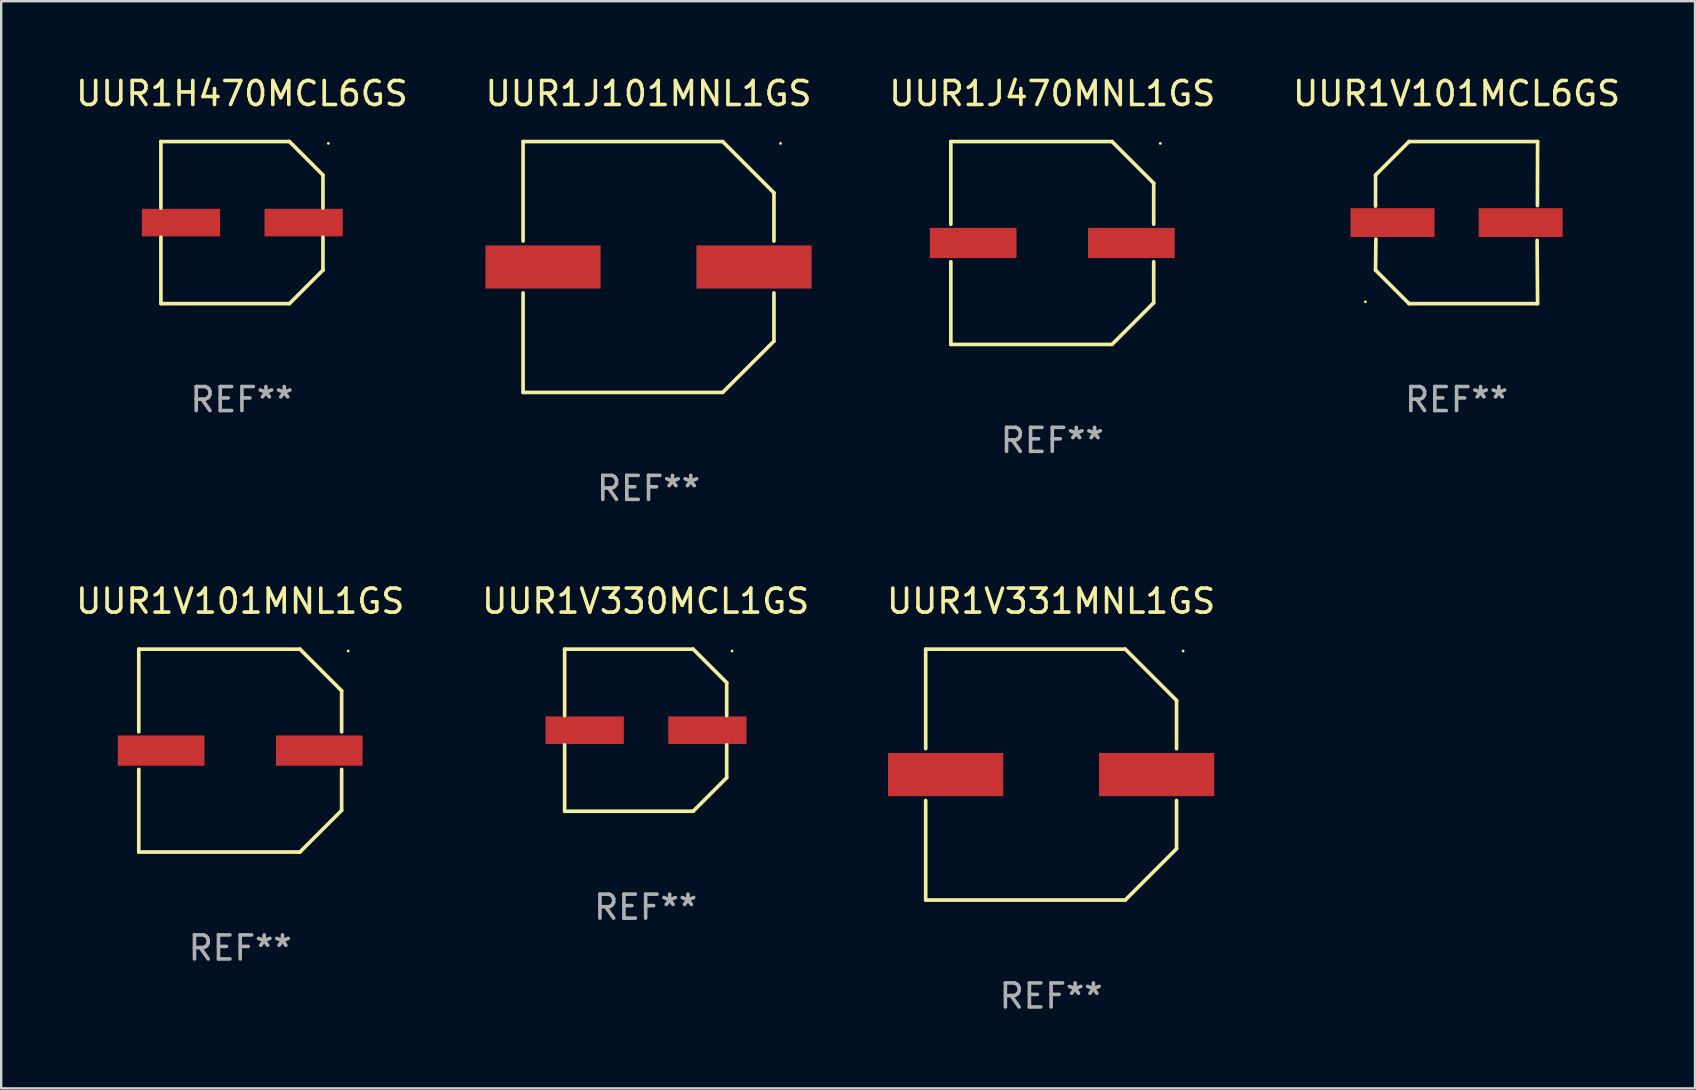
<source format=kicad_pcb>
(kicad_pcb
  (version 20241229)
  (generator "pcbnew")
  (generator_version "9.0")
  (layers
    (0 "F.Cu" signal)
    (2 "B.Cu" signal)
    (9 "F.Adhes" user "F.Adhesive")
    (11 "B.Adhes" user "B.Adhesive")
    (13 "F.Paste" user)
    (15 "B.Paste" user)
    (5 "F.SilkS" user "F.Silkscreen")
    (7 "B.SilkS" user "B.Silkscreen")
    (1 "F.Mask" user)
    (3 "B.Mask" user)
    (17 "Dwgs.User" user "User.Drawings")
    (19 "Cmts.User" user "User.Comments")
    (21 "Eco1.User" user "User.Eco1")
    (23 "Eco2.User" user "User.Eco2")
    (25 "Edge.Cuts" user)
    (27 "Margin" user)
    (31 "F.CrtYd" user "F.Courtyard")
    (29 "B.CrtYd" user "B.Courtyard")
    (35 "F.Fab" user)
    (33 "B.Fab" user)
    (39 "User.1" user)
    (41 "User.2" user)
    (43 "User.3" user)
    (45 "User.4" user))
  (footprint "UUR1H470MCL6GS"
    (layer "F.Cu")
    (at 7.03 6.224)
    (property "Reference" "UUR1H470MCL6GS" (at 0 -5.376 0) (layer "F.SilkS") (effects (font (size 1 1) (thickness 0.15))))
    (attr through_hole)
    (fp_line (start -3.376 -3.376) (end 1.98 -3.376) (stroke (width 0.152) (type solid)) (layer "F.SilkS"))
    (fp_line (start -3.376 -0.607) (end -3.376 -3.376) (stroke (width 0.152) (type solid)) (layer "F.SilkS"))
    (fp_line (start -3.376 0.607) (end -3.376 3.376) (stroke (width 0.152) (type solid)) (layer "F.SilkS"))
    (fp_line (start -3.376 3.376) (end 1.98 3.376) (stroke (width 0.152) (type solid)) (layer "F.SilkS"))
    (fp_line (start 1.98 -3.376) (end 3.376 -1.98) (stroke (width 0.152) (type solid)) (layer "F.SilkS"))
    (fp_line (start 1.98 3.376) (end 3.376 1.98) (stroke (width 0.152) (type solid)) (layer "F.SilkS"))
    (fp_line (start 3.376 -1.98) (end 3.376 -0.607) (stroke (width 0.152) (type solid)) (layer "F.SilkS"))
    (fp_line (start 3.376 1.98) (end 3.376 0.607) (stroke (width 0.152) (type solid)) (layer "F.SilkS"))
    (fp_circle (center 3.6 -3.3) (end 3.63 -3.3) (stroke (width 0.06) (type solid)) (fill no) (layer "F.SilkS"))
    (fp_text user "REF**" (at 0 7.376 0) (layer "F.Fab") (effects (font (size 1 1) (thickness 0.15))))
    (pad "1" smd rect (at 2.57 0 180) (size 3.26 1.15) (layers "F.Cu" "F.Mask" "F.Paste"))
    (pad "2" smd rect (at -2.54 0 180) (size 3.26 1.15) (layers "F.Cu" "F.Mask" "F.Paste")))
  (footprint "UUR1V101MCL6GS"
    (layer "F.Cu")
    (at 57.637 6.224)
    (property "Reference" "UUR1V101MCL6GS" (at 0 -5.376 0) (layer "F.SilkS") (effects (font (size 1 1) (thickness 0.15))))
    (attr through_hole)
    (fp_line (start -3.376 -1.98) (end -3.376 -0.686) (stroke (width 0.152) (type solid)) (layer "F.SilkS"))
    (fp_line (start -3.376 1.981) (end -3.362 0.686) (stroke (width 0.152) (type solid)) (layer "F.SilkS"))
    (fp_line (start -1.981 3.376) (end -3.376 1.981) (stroke (width 0.152) (type solid)) (layer "F.SilkS"))
    (fp_line (start -1.98 -3.376) (end -3.376 -1.98) (stroke (width 0.152) (type solid)) (layer "F.SilkS"))
    (fp_line (start 3.356 0.74) (end 3.376 3.376) (stroke (width 0.152) (type solid)) (layer "F.SilkS"))
    (fp_line (start 3.369 -0.707) (end 3.376 -3.376) (stroke (width 0.152) (type solid)) (layer "F.SilkS"))
    (fp_line (start 3.376 3.376) (end -1.981 3.376) (stroke (width 0.152) (type solid)) (layer "F.SilkS"))
    (fp_line (start 3.376 -3.376) (end -1.98 -3.376) (stroke (width 0.152) (type solid)) (layer "F.SilkS"))
    (fp_circle (center -3.8 3.3) (end -3.77 3.3) (stroke (width 0.06) (type solid)) (fill no) (layer "F.SilkS"))
    (fp_text user "REF**" (at 0 7.376 0) (layer "F.Fab") (effects (font (size 1 1) (thickness 0.15))))
    (pad "1" smd rect (at -2.67 0.000203) (size 3.5 1.2) (layers "F.Cu" "F.Mask" "F.Paste"))
    (pad "2" smd rect (at 2.67 0.000203) (size 3.5 1.2) (layers "F.Cu" "F.Mask" "F.Paste")))
  (footprint "UUR1J101MNL1GS"
    (layer "F.Cu")
    (at 23.97 8.074)
    (property "Reference" "UUR1J101MNL1GS" (at 0 -7.226 0) (layer "F.SilkS") (effects (font (size 1 1) (thickness 0.15))))
    (attr through_hole)
    (fp_line (start -5.226 -5.226) (end -5.226 -1.08) (stroke (width 0.152) (type solid)) (layer "F.SilkS"))
    (fp_line (start -5.226 -5.226) (end 3.09 -5.226) (stroke (width 0.152) (type solid)) (layer "F.SilkS"))
    (fp_line (start -5.226 1.08) (end -5.226 5.226) (stroke (width 0.152) (type solid)) (layer "F.SilkS"))
    (fp_line (start -5.226 5.226) (end 3.09 5.226) (stroke (width 0.152) (type solid)) (layer "F.SilkS"))
    (fp_line (start 3.09 -5.226) (end 5.226 -3.09) (stroke (width 0.152) (type solid)) (layer "F.SilkS"))
    (fp_line (start 3.09 5.226) (end 5.226 3.09) (stroke (width 0.152) (type solid)) (layer "F.SilkS"))
    (fp_line (start 5.226 -1.08) (end 5.226 -3.09) (stroke (width 0.152) (type solid)) (layer "F.SilkS"))
    (fp_line (start 5.226 3.09) (end 5.226 1.08) (stroke (width 0.152) (type solid)) (layer "F.SilkS"))
    (fp_circle (center 5.5 -5.15) (end 5.53 -5.15) (stroke (width 0.06) (type solid)) (fill no) (layer "F.SilkS"))
    (fp_text user "REF**" (at 0 9.226 0) (layer "F.Fab") (effects (font (size 1 1) (thickness 0.15))))
    (pad "1" smd rect (at 4.395 0 180) (size 4.8 1.8) (layers "F.Cu" "F.Mask" "F.Paste"))
    (pad "2" smd rect (at -4.395 0 180) (size 4.8 1.8) (layers "F.Cu" "F.Mask" "F.Paste")))
  (footprint "UUR1V331MNL1GS"
    (layer "F.Cu")
    (at 40.744 29.223)
    (property "Reference" "UUR1V331MNL1GS" (at 0 -7.226 0) (layer "F.SilkS") (effects (font (size 1 1) (thickness 0.15))))
    (attr through_hole)
    (fp_line (start -5.226 -5.226) (end -5.226 -1.08) (stroke (width 0.152) (type solid)) (layer "F.SilkS"))
    (fp_line (start -5.226 -5.226) (end 3.09 -5.226) (stroke (width 0.152) (type solid)) (layer "F.SilkS"))
    (fp_line (start -5.226 1.08) (end -5.226 5.226) (stroke (width 0.152) (type solid)) (layer "F.SilkS"))
    (fp_line (start -5.226 5.226) (end 3.09 5.226) (stroke (width 0.152) (type solid)) (layer "F.SilkS"))
    (fp_line (start 3.09 -5.226) (end 5.226 -3.09) (stroke (width 0.152) (type solid)) (layer "F.SilkS"))
    (fp_line (start 3.09 5.226) (end 5.226 3.09) (stroke (width 0.152) (type solid)) (layer "F.SilkS"))
    (fp_line (start 5.226 -1.08) (end 5.226 -3.09) (stroke (width 0.152) (type solid)) (layer "F.SilkS"))
    (fp_line (start 5.226 3.09) (end 5.226 1.08) (stroke (width 0.152) (type solid)) (layer "F.SilkS"))
    (fp_circle (center 5.5 -5.15) (end 5.53 -5.15) (stroke (width 0.06) (type solid)) (fill no) (layer "F.SilkS"))
    (fp_text user "REF**" (at 0 9.226 0) (layer "F.Fab") (effects (font (size 1 1) (thickness 0.15))))
    (pad "1" smd rect (at 4.395 0 180) (size 4.8 1.8) (layers "F.Cu" "F.Mask" "F.Paste"))
    (pad "2" smd rect (at -4.395 0 180) (size 4.8 1.8) (layers "F.Cu" "F.Mask" "F.Paste")))
  (footprint "UUR1J470MNL1GS"
    (layer "F.Cu")
    (at 40.792 7.074)
    (property "Reference" "UUR1J470MNL1GS" (at 0 -6.226 0) (layer "F.SilkS") (effects (font (size 1 1) (thickness 0.15))))
    (attr through_hole)
    (fp_line (start -4.226 -4.226) (end 2.49 -4.226) (stroke (width 0.152) (type solid)) (layer "F.SilkS"))
    (fp_line (start -4.226 -0.782) (end -4.226 -4.226) (stroke (width 0.152) (type solid)) (layer "F.SilkS"))
    (fp_line (start -4.226 0.782) (end -4.226 4.226) (stroke (width 0.152) (type solid)) (layer "F.SilkS"))
    (fp_line (start -4.226 4.226) (end 2.49 4.226) (stroke (width 0.152) (type solid)) (layer "F.SilkS"))
    (fp_line (start 2.49 -4.226) (end 4.226 -2.49) (stroke (width 0.152) (type solid)) (layer "F.SilkS"))
    (fp_line (start 2.49 4.226) (end 4.226 2.49) (stroke (width 0.152) (type solid)) (layer "F.SilkS"))
    (fp_line (start 4.226 -2.49) (end 4.226 -0.782) (stroke (width 0.152) (type solid)) (layer "F.SilkS"))
    (fp_line (start 4.226 2.49) (end 4.226 0.782) (stroke (width 0.152) (type solid)) (layer "F.SilkS"))
    (fp_circle (center 4.5 -4.15) (end 4.53 -4.15) (stroke (width 0.06) (type solid)) (fill no) (layer "F.SilkS"))
    (fp_text user "REF**" (at 0 8.226 0) (layer "F.Fab") (effects (font (size 1 1) (thickness 0.15))))
    (pad "1" smd rect (at 3.295 0 180) (size 3.61 1.26) (layers "F.Cu" "F.Mask" "F.Paste"))
    (pad "2" smd rect (at -3.295 0 180) (size 3.61 1.26) (layers "F.Cu" "F.Mask" "F.Paste")))
  (footprint "UUR1V101MNL1GS"
    (layer "F.Cu")
    (at 6.958 28.223)
    (property "Reference" "UUR1V101MNL1GS" (at 0 -6.226 0) (layer "F.SilkS") (effects (font (size 1 1) (thickness 0.15))))
    (attr through_hole)
    (fp_line (start -4.226 -4.226) (end 2.49 -4.226) (stroke (width 0.152) (type solid)) (layer "F.SilkS"))
    (fp_line (start -4.226 -0.782) (end -4.226 -4.226) (stroke (width 0.152) (type solid)) (layer "F.SilkS"))
    (fp_line (start -4.226 0.782) (end -4.226 4.226) (stroke (width 0.152) (type solid)) (layer "F.SilkS"))
    (fp_line (start -4.226 4.226) (end 2.49 4.226) (stroke (width 0.152) (type solid)) (layer "F.SilkS"))
    (fp_line (start 2.49 -4.226) (end 4.226 -2.49) (stroke (width 0.152) (type solid)) (layer "F.SilkS"))
    (fp_line (start 2.49 4.226) (end 4.226 2.49) (stroke (width 0.152) (type solid)) (layer "F.SilkS"))
    (fp_line (start 4.226 -2.49) (end 4.226 -0.782) (stroke (width 0.152) (type solid)) (layer "F.SilkS"))
    (fp_line (start 4.226 2.49) (end 4.226 0.782) (stroke (width 0.152) (type solid)) (layer "F.SilkS"))
    (fp_circle (center 4.5 -4.15) (end 4.53 -4.15) (stroke (width 0.06) (type solid)) (fill no) (layer "F.SilkS"))
    (fp_text user "REF**" (at 0 8.226 0) (layer "F.Fab") (effects (font (size 1 1) (thickness 0.15))))
    (pad "1" smd rect (at 3.295 0 180) (size 3.61 1.26) (layers "F.Cu" "F.Mask" "F.Paste"))
    (pad "2" smd rect (at -3.295 0 180) (size 3.61 1.26) (layers "F.Cu" "F.Mask" "F.Paste")))
  (footprint "UUR1V330MCL1GS"
    (layer "F.Cu")
    (at 23.851 27.373)
    (property "Reference" "UUR1V330MCL1GS" (at 0 -5.376 0) (layer "F.SilkS") (effects (font (size 1 1) (thickness 0.15))))
    (attr through_hole)
    (fp_line (start -3.376 -3.376) (end 1.98 -3.376) (stroke (width 0.152) (type solid)) (layer "F.SilkS"))
    (fp_line (start -3.376 -0.607) (end -3.376 -3.376) (stroke (width 0.152) (type solid)) (layer "F.SilkS"))
    (fp_line (start -3.376 0.607) (end -3.376 3.376) (stroke (width 0.152) (type solid)) (layer "F.SilkS"))
    (fp_line (start -3.376 3.376) (end 1.98 3.376) (stroke (width 0.152) (type solid)) (layer "F.SilkS"))
    (fp_line (start 1.98 -3.376) (end 3.376 -1.98) (stroke (width 0.152) (type solid)) (layer "F.SilkS"))
    (fp_line (start 1.98 3.376) (end 3.376 1.98) (stroke (width 0.152) (type solid)) (layer "F.SilkS"))
    (fp_line (start 3.376 -1.98) (end 3.376 -0.607) (stroke (width 0.152) (type solid)) (layer "F.SilkS"))
    (fp_line (start 3.376 1.98) (end 3.376 0.607) (stroke (width 0.152) (type solid)) (layer "F.SilkS"))
    (fp_circle (center 3.6 -3.3) (end 3.63 -3.3) (stroke (width 0.06) (type solid)) (fill no) (layer "F.SilkS"))
    (fp_text user "REF**" (at 0 7.376 0) (layer "F.Fab") (effects (font (size 1 1) (thickness 0.15))))
    (pad "1" smd rect (at 2.57 0 180) (size 3.26 1.15) (layers "F.Cu" "F.Mask" "F.Paste"))
    (pad "2" smd rect (at -2.54 0 180) (size 3.26 1.15) (layers "F.Cu" "F.Mask" "F.Paste")))
  (gr_rect
    (start -3 -3)
    (end 67.571 42.298)
    (stroke (width 0.1) (type default))
    (fill no)
    (layer "Edge.Cuts")))
</source>
